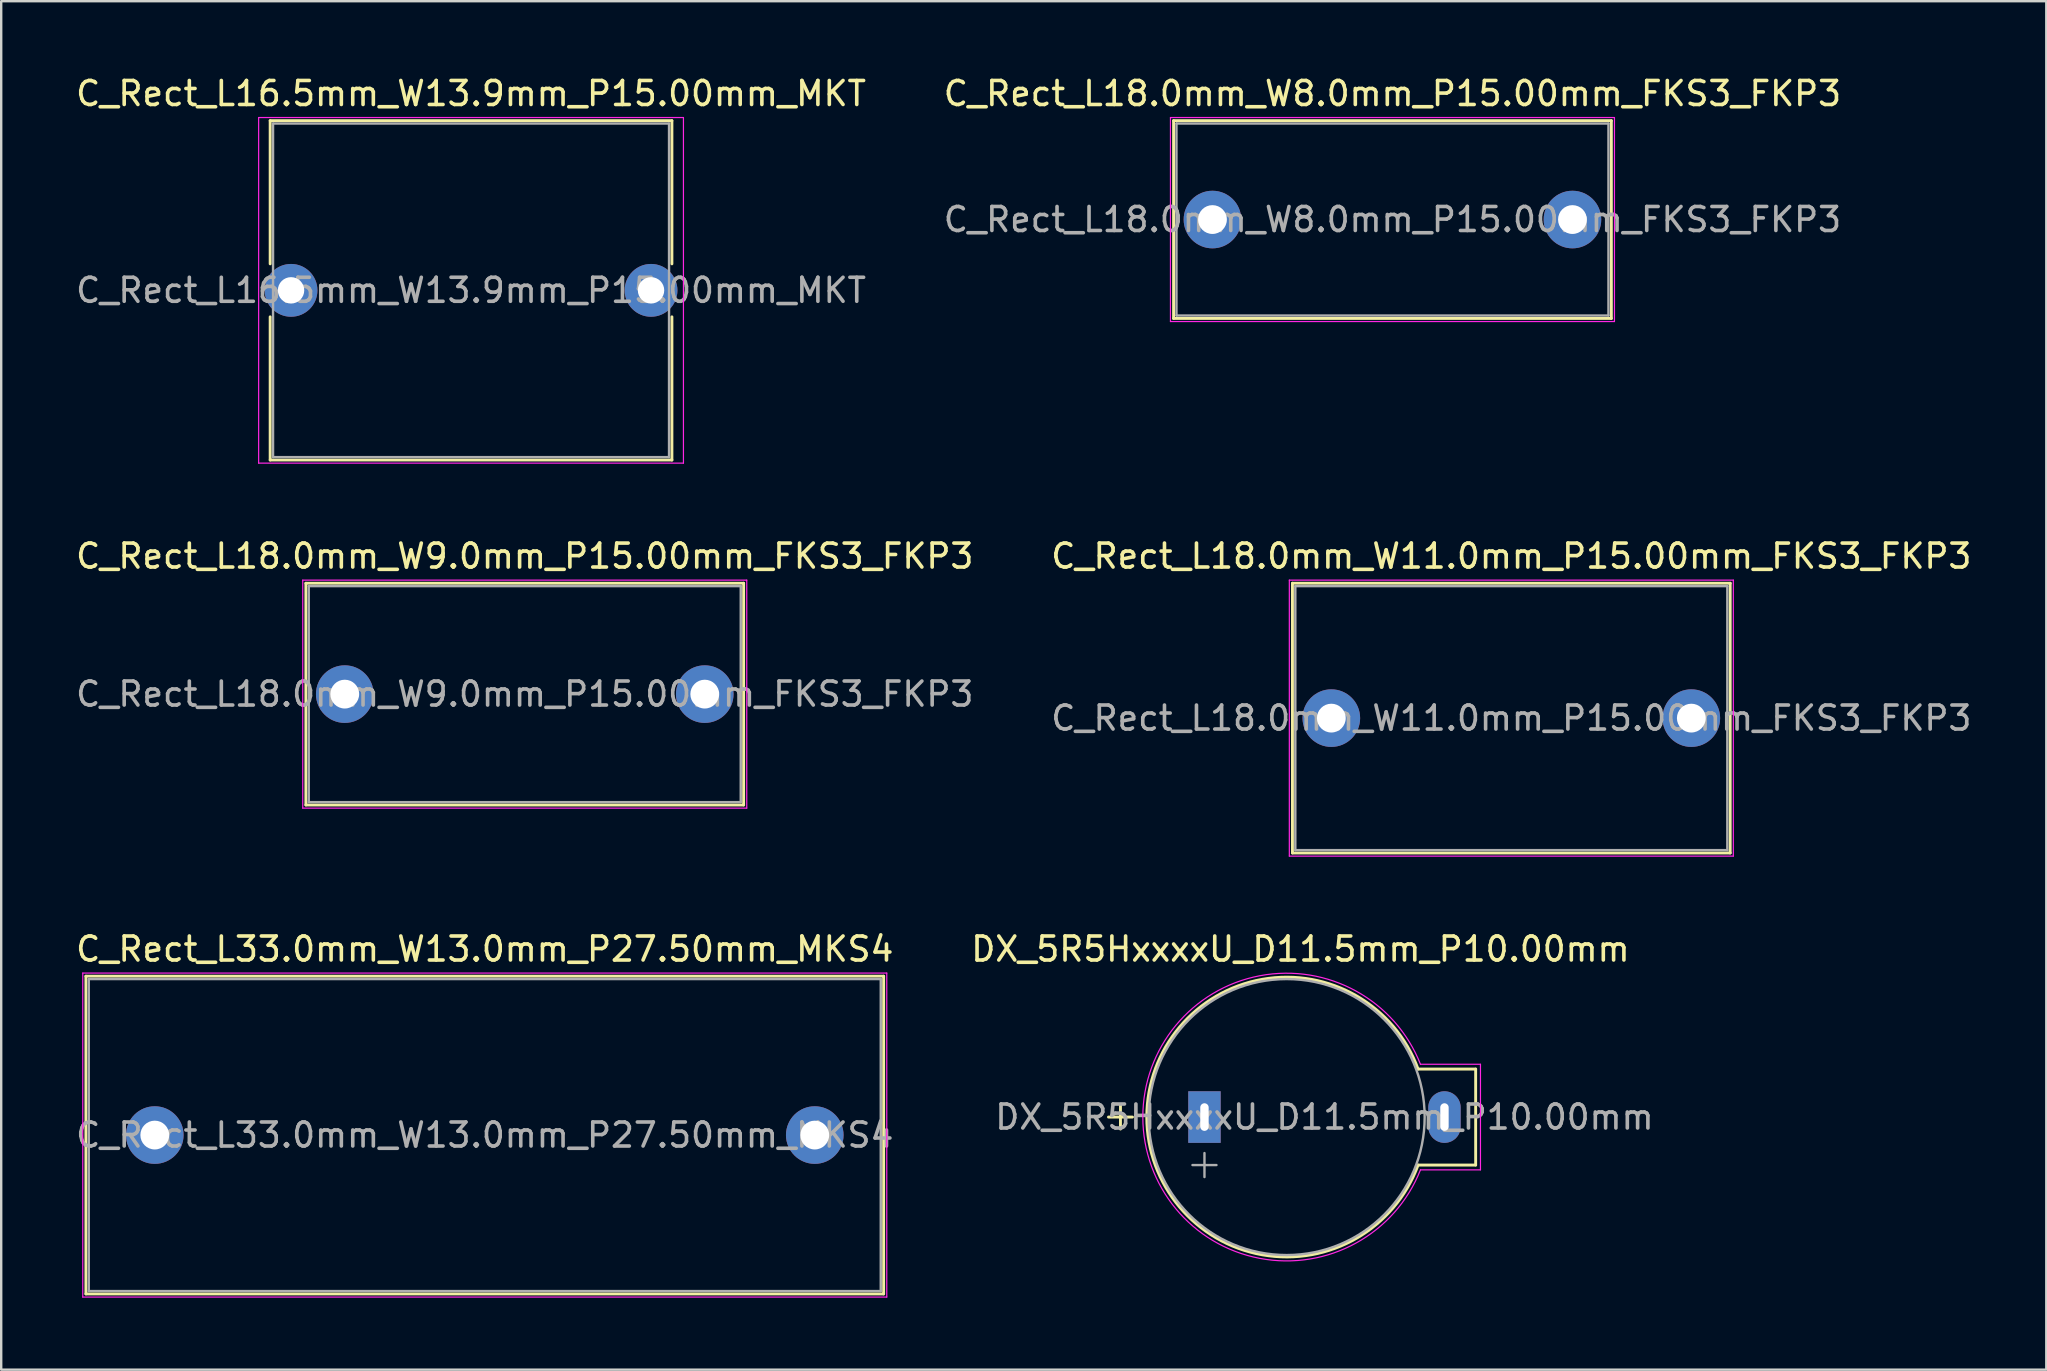
<source format=kicad_pcb>
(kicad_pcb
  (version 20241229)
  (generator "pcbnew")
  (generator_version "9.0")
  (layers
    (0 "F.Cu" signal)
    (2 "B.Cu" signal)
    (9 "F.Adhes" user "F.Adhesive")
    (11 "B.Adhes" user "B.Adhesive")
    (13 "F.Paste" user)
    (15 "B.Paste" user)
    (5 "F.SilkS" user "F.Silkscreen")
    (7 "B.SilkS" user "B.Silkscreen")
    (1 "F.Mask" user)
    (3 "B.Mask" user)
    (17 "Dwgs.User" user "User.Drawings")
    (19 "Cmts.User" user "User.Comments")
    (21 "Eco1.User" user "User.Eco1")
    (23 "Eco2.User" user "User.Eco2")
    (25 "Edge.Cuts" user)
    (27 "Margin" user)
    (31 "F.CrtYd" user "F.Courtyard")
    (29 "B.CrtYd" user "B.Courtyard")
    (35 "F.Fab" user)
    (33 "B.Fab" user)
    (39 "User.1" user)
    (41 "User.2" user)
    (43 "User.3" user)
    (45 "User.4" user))
  (footprint "DX_5R5HxxxxU_D11.5mm_P10.00mm"
    (layer "F.Cu")
    (at 47.137 43.495)
    (property "Reference" "DX_5R5HxxxxU_D11.5mm_P10.00mm" (at 4 -7 0) (layer "F.SilkS") (effects (font (size 1 1) (thickness 0.15))))
    (attr through_hole)
    (fp_line (start -4 0) (end -3 0) (stroke (width 0.12) (type solid)) (layer "F.SilkS"))
    (fp_line (start -3.5 -0.5) (end -3.5 0.5) (stroke (width 0.12) (type solid)) (layer "F.SilkS"))
    (fp_line (start 8.9 -2) (end 11.3 -2) (stroke (width 0.12) (type solid)) (layer "F.SilkS"))
    (fp_line (start 11.3 -2) (end 11.3 2) (stroke (width 0.12) (type solid)) (layer "F.SilkS"))
    (fp_line (start 11.3 2) (end 8.9 2) (stroke (width 0.12) (type solid)) (layer "F.SilkS"))
    (fp_arc (start 8.9 2) (mid -2.403861 0) (end 8.9 -2) (stroke (width 0.12) (type solid)) (layer "F.SilkS"))
    (fp_line (start 9 -2.2) (end 11.5 -2.2) (stroke (width 0.05) (type solid)) (layer "F.CrtYd"))
    (fp_line (start 11.5 -2.2) (end 11.5 2.2) (stroke (width 0.05) (type solid)) (layer "F.CrtYd"))
    (fp_line (start 11.5 2.2) (end 9 2.2) (stroke (width 0.05) (type solid)) (layer "F.CrtYd"))
    (fp_arc (start 9 2.2) (mid -2.568382 0) (end 9 -2.2) (stroke (width 0.05) (type solid)) (layer "F.CrtYd"))
    (fp_line (start -0.5 2) (end 0.5 2) (stroke (width 0.1) (type solid)) (layer "F.Fab"))
    (fp_line (start 0 1.5) (end 0 2.5) (stroke (width 0.1) (type solid)) (layer "F.Fab"))
    (fp_circle (center 3.425 0) (end 9.175 0) (stroke (width 0.1) (type solid)) (fill no) (layer "F.Fab"))
    (fp_text user "${REFERENCE}" (at 5 0 0) (layer "F.Fab") (effects (font (size 1 1) (thickness 0.15))))
    (pad "1" thru_hole rect (at 0 0) (size 1.35 2.15) (drill oval 0.35 1.15) (layers "*.Cu" "*.Mask"))
    (pad "2" thru_hole oval (at 10 0) (size 1.35 2.15) (drill oval 0.35 1.15) (layers "*.Cu" "*.Mask")))
  (footprint "C_Rect_L33.0mm_W13.0mm_P27.50mm_MKS4"
    (layer "F.Cu")
    (at 3.399 44.245)
    (property "Reference" "C_Rect_L33.0mm_W13.0mm_P27.50mm_MKS4" (at 13.75 -7.75 0) (layer "F.SilkS") (effects (font (size 1 1) (thickness 0.15))))
    (attr through_hole)
    (fp_line (start -2.87 -6.62) (end -2.87 6.62) (stroke (width 0.12) (type solid)) (layer "F.SilkS"))
    (fp_line (start -2.87 -6.62) (end 30.37 -6.62) (stroke (width 0.12) (type solid)) (layer "F.SilkS"))
    (fp_line (start -2.87 6.62) (end 30.37 6.62) (stroke (width 0.12) (type solid)) (layer "F.SilkS"))
    (fp_line (start 30.37 -6.62) (end 30.37 6.62) (stroke (width 0.12) (type solid)) (layer "F.SilkS"))
    (fp_line (start -3 -6.75) (end -3 6.75) (stroke (width 0.05) (type solid)) (layer "F.CrtYd"))
    (fp_line (start -3 6.75) (end 30.5 6.75) (stroke (width 0.05) (type solid)) (layer "F.CrtYd"))
    (fp_line (start 30.5 -6.75) (end -3 -6.75) (stroke (width 0.05) (type solid)) (layer "F.CrtYd"))
    (fp_line (start 30.5 6.75) (end 30.5 -6.75) (stroke (width 0.05) (type solid)) (layer "F.CrtYd"))
    (fp_line (start -2.75 -6.5) (end -2.75 6.5) (stroke (width 0.1) (type solid)) (layer "F.Fab"))
    (fp_line (start -2.75 6.5) (end 30.25 6.5) (stroke (width 0.1) (type solid)) (layer "F.Fab"))
    (fp_line (start 30.25 -6.5) (end -2.75 -6.5) (stroke (width 0.1) (type solid)) (layer "F.Fab"))
    (fp_line (start 30.25 6.5) (end 30.25 -6.5) (stroke (width 0.1) (type solid)) (layer "F.Fab"))
    (fp_text user "${REFERENCE}" (at 13.75 0 0) (layer "F.Fab") (effects (font (size 1 1) (thickness 0.15))))
    (pad "1" thru_hole circle (at 0 0) (size 2.4 2.4) (drill 1.2) (layers "*.Cu" "*.Mask"))
    (pad "2" thru_hole circle (at 27.5 0) (size 2.4 2.4) (drill 1.2) (layers "*.Cu" "*.Mask")))
  (footprint "C_Rect_L18.0mm_W11.0mm_P15.00mm_FKS3_FKP3"
    (layer "F.Cu")
    (at 52.423 26.872)
    (property "Reference" "C_Rect_L18.0mm_W11.0mm_P15.00mm_FKS3_FKP3" (at 7.5 -6.75 0) (layer "F.SilkS") (effects (font (size 1 1) (thickness 0.15))))
    (attr through_hole)
    (fp_line (start -1.62 -5.62) (end -1.62 5.62) (stroke (width 0.12) (type solid)) (layer "F.SilkS"))
    (fp_line (start -1.62 -5.62) (end 16.62 -5.62) (stroke (width 0.12) (type solid)) (layer "F.SilkS"))
    (fp_line (start -1.62 5.62) (end 16.62 5.62) (stroke (width 0.12) (type solid)) (layer "F.SilkS"))
    (fp_line (start 16.62 -5.62) (end 16.62 5.62) (stroke (width 0.12) (type solid)) (layer "F.SilkS"))
    (fp_line (start -1.75 -5.75) (end -1.75 5.75) (stroke (width 0.05) (type solid)) (layer "F.CrtYd"))
    (fp_line (start -1.75 5.75) (end 16.75 5.75) (stroke (width 0.05) (type solid)) (layer "F.CrtYd"))
    (fp_line (start 16.75 -5.75) (end -1.75 -5.75) (stroke (width 0.05) (type solid)) (layer "F.CrtYd"))
    (fp_line (start 16.75 5.75) (end 16.75 -5.75) (stroke (width 0.05) (type solid)) (layer "F.CrtYd"))
    (fp_line (start -1.5 -5.5) (end -1.5 5.5) (stroke (width 0.1) (type solid)) (layer "F.Fab"))
    (fp_line (start -1.5 5.5) (end 16.5 5.5) (stroke (width 0.1) (type solid)) (layer "F.Fab"))
    (fp_line (start 16.5 -5.5) (end -1.5 -5.5) (stroke (width 0.1) (type solid)) (layer "F.Fab"))
    (fp_line (start 16.5 5.5) (end 16.5 -5.5) (stroke (width 0.1) (type solid)) (layer "F.Fab"))
    (fp_text user "${REFERENCE}" (at 7.5 0 0) (layer "F.Fab") (effects (font (size 1 1) (thickness 0.15))))
    (pad "1" thru_hole circle (at 0 0) (size 2.4 2.4) (drill 1.2) (layers "*.Cu" "*.Mask"))
    (pad "2" thru_hole circle (at 15 0) (size 2.4 2.4) (drill 1.2) (layers "*.Cu" "*.Mask")))
  (footprint "C_Rect_L18.0mm_W9.0mm_P15.00mm_FKS3_FKP3"
    (layer "F.Cu")
    (at 11.315 25.872)
    (property "Reference" "C_Rect_L18.0mm_W9.0mm_P15.00mm_FKS3_FKP3" (at 7.5 -5.75 0) (layer "F.SilkS") (effects (font (size 1 1) (thickness 0.15))))
    (attr through_hole)
    (fp_line (start -1.62 -4.62) (end -1.62 4.62) (stroke (width 0.12) (type solid)) (layer "F.SilkS"))
    (fp_line (start -1.62 -4.62) (end 16.62 -4.62) (stroke (width 0.12) (type solid)) (layer "F.SilkS"))
    (fp_line (start -1.62 4.62) (end 16.62 4.62) (stroke (width 0.12) (type solid)) (layer "F.SilkS"))
    (fp_line (start 16.62 -4.62) (end 16.62 4.62) (stroke (width 0.12) (type solid)) (layer "F.SilkS"))
    (fp_line (start -1.75 -4.75) (end -1.75 4.75) (stroke (width 0.05) (type solid)) (layer "F.CrtYd"))
    (fp_line (start -1.75 4.75) (end 16.75 4.75) (stroke (width 0.05) (type solid)) (layer "F.CrtYd"))
    (fp_line (start 16.75 -4.75) (end -1.75 -4.75) (stroke (width 0.05) (type solid)) (layer "F.CrtYd"))
    (fp_line (start 16.75 4.75) (end 16.75 -4.75) (stroke (width 0.05) (type solid)) (layer "F.CrtYd"))
    (fp_line (start -1.5 -4.5) (end -1.5 4.5) (stroke (width 0.1) (type solid)) (layer "F.Fab"))
    (fp_line (start -1.5 4.5) (end 16.5 4.5) (stroke (width 0.1) (type solid)) (layer "F.Fab"))
    (fp_line (start 16.5 -4.5) (end -1.5 -4.5) (stroke (width 0.1) (type solid)) (layer "F.Fab"))
    (fp_line (start 16.5 4.5) (end 16.5 -4.5) (stroke (width 0.1) (type solid)) (layer "F.Fab"))
    (fp_text user "${REFERENCE}" (at 7.5 0 0) (layer "F.Fab") (effects (font (size 1 1) (thickness 0.15))))
    (pad "1" thru_hole circle (at 0 0) (size 2.4 2.4) (drill 1.2) (layers "*.Cu" "*.Mask"))
    (pad "2" thru_hole circle (at 15 0) (size 2.4 2.4) (drill 1.2) (layers "*.Cu" "*.Mask")))
  (footprint "C_Rect_L18.0mm_W8.0mm_P15.00mm_FKS3_FKP3"
    (layer "F.Cu")
    (at 47.47 6.098)
    (property "Reference" "C_Rect_L18.0mm_W8.0mm_P15.00mm_FKS3_FKP3" (at 7.5 -5.25 0) (layer "F.SilkS") (effects (font (size 1 1) (thickness 0.15))))
    (attr through_hole)
    (fp_line (start -1.62 -4.12) (end -1.62 4.12) (stroke (width 0.12) (type solid)) (layer "F.SilkS"))
    (fp_line (start -1.62 -4.12) (end 16.62 -4.12) (stroke (width 0.12) (type solid)) (layer "F.SilkS"))
    (fp_line (start -1.62 4.12) (end 16.62 4.12) (stroke (width 0.12) (type solid)) (layer "F.SilkS"))
    (fp_line (start 16.62 -4.12) (end 16.62 4.12) (stroke (width 0.12) (type solid)) (layer "F.SilkS"))
    (fp_line (start -1.75 -4.25) (end -1.75 4.25) (stroke (width 0.05) (type solid)) (layer "F.CrtYd"))
    (fp_line (start -1.75 4.25) (end 16.75 4.25) (stroke (width 0.05) (type solid)) (layer "F.CrtYd"))
    (fp_line (start 16.75 -4.25) (end -1.75 -4.25) (stroke (width 0.05) (type solid)) (layer "F.CrtYd"))
    (fp_line (start 16.75 4.25) (end 16.75 -4.25) (stroke (width 0.05) (type solid)) (layer "F.CrtYd"))
    (fp_line (start -1.5 -4) (end -1.5 4) (stroke (width 0.1) (type solid)) (layer "F.Fab"))
    (fp_line (start -1.5 4) (end 16.5 4) (stroke (width 0.1) (type solid)) (layer "F.Fab"))
    (fp_line (start 16.5 -4) (end -1.5 -4) (stroke (width 0.1) (type solid)) (layer "F.Fab"))
    (fp_line (start 16.5 4) (end 16.5 -4) (stroke (width 0.1) (type solid)) (layer "F.Fab"))
    (fp_text user "${REFERENCE}" (at 7.5 0 0) (layer "F.Fab") (effects (font (size 1 1) (thickness 0.15))))
    (pad "1" thru_hole circle (at 0 0) (size 2.4 2.4) (drill 1.2) (layers "*.Cu" "*.Mask"))
    (pad "2" thru_hole circle (at 15 0) (size 2.4 2.4) (drill 1.2) (layers "*.Cu" "*.Mask")))
  (footprint "C_Rect_L16.5mm_W13.9mm_P15.00mm_MKT"
    (layer "F.Cu")
    (at 9.077 9.048)
    (property "Reference" "C_Rect_L16.5mm_W13.9mm_P15.00mm_MKT" (at 7.5 -8.2 0) (layer "F.SilkS") (effects (font (size 1 1) (thickness 0.15))))
    (attr through_hole)
    (fp_line (start -0.87 -7.07) (end -0.87 -1.104) (stroke (width 0.12) (type solid)) (layer "F.SilkS"))
    (fp_line (start -0.87 -7.07) (end 15.87 -7.07) (stroke (width 0.12) (type solid)) (layer "F.SilkS"))
    (fp_line (start -0.87 1.104) (end -0.87 7.07) (stroke (width 0.12) (type solid)) (layer "F.SilkS"))
    (fp_line (start -0.87 7.07) (end 15.87 7.07) (stroke (width 0.12) (type solid)) (layer "F.SilkS"))
    (fp_line (start 15.87 -7.07) (end 15.87 -1.104) (stroke (width 0.12) (type solid)) (layer "F.SilkS"))
    (fp_line (start 15.87 1.104) (end 15.87 7.07) (stroke (width 0.12) (type solid)) (layer "F.SilkS"))
    (fp_line (start -1.35 -7.2) (end -1.35 7.2) (stroke (width 0.05) (type solid)) (layer "F.CrtYd"))
    (fp_line (start -1.35 7.2) (end 16.35 7.2) (stroke (width 0.05) (type solid)) (layer "F.CrtYd"))
    (fp_line (start 16.35 -7.2) (end -1.35 -7.2) (stroke (width 0.05) (type solid)) (layer "F.CrtYd"))
    (fp_line (start 16.35 7.2) (end 16.35 -7.2) (stroke (width 0.05) (type solid)) (layer "F.CrtYd"))
    (fp_line (start -0.75 -6.95) (end -0.75 6.95) (stroke (width 0.1) (type solid)) (layer "F.Fab"))
    (fp_line (start -0.75 6.95) (end 15.75 6.95) (stroke (width 0.1) (type solid)) (layer "F.Fab"))
    (fp_line (start 15.75 -6.95) (end -0.75 -6.95) (stroke (width 0.1) (type solid)) (layer "F.Fab"))
    (fp_line (start 15.75 6.95) (end 15.75 -6.95) (stroke (width 0.1) (type solid)) (layer "F.Fab"))
    (fp_text user "${REFERENCE}" (at 7.5 0 0) (layer "F.Fab") (effects (font (size 1 1) (thickness 0.15))))
    (pad "1" thru_hole circle (at 0 0) (size 2.2 2.2) (drill 1.1) (layers "*.Cu" "*.Mask"))
    (pad "2" thru_hole circle (at 15 0) (size 2.2 2.2) (drill 1.1) (layers "*.Cu" "*.Mask")))
  (gr_rect
    (start -3 -3)
    (end 82.214 54.02)
    (stroke (width 0.1) (type default))
    (fill no)
    (layer "Edge.Cuts")))
</source>
